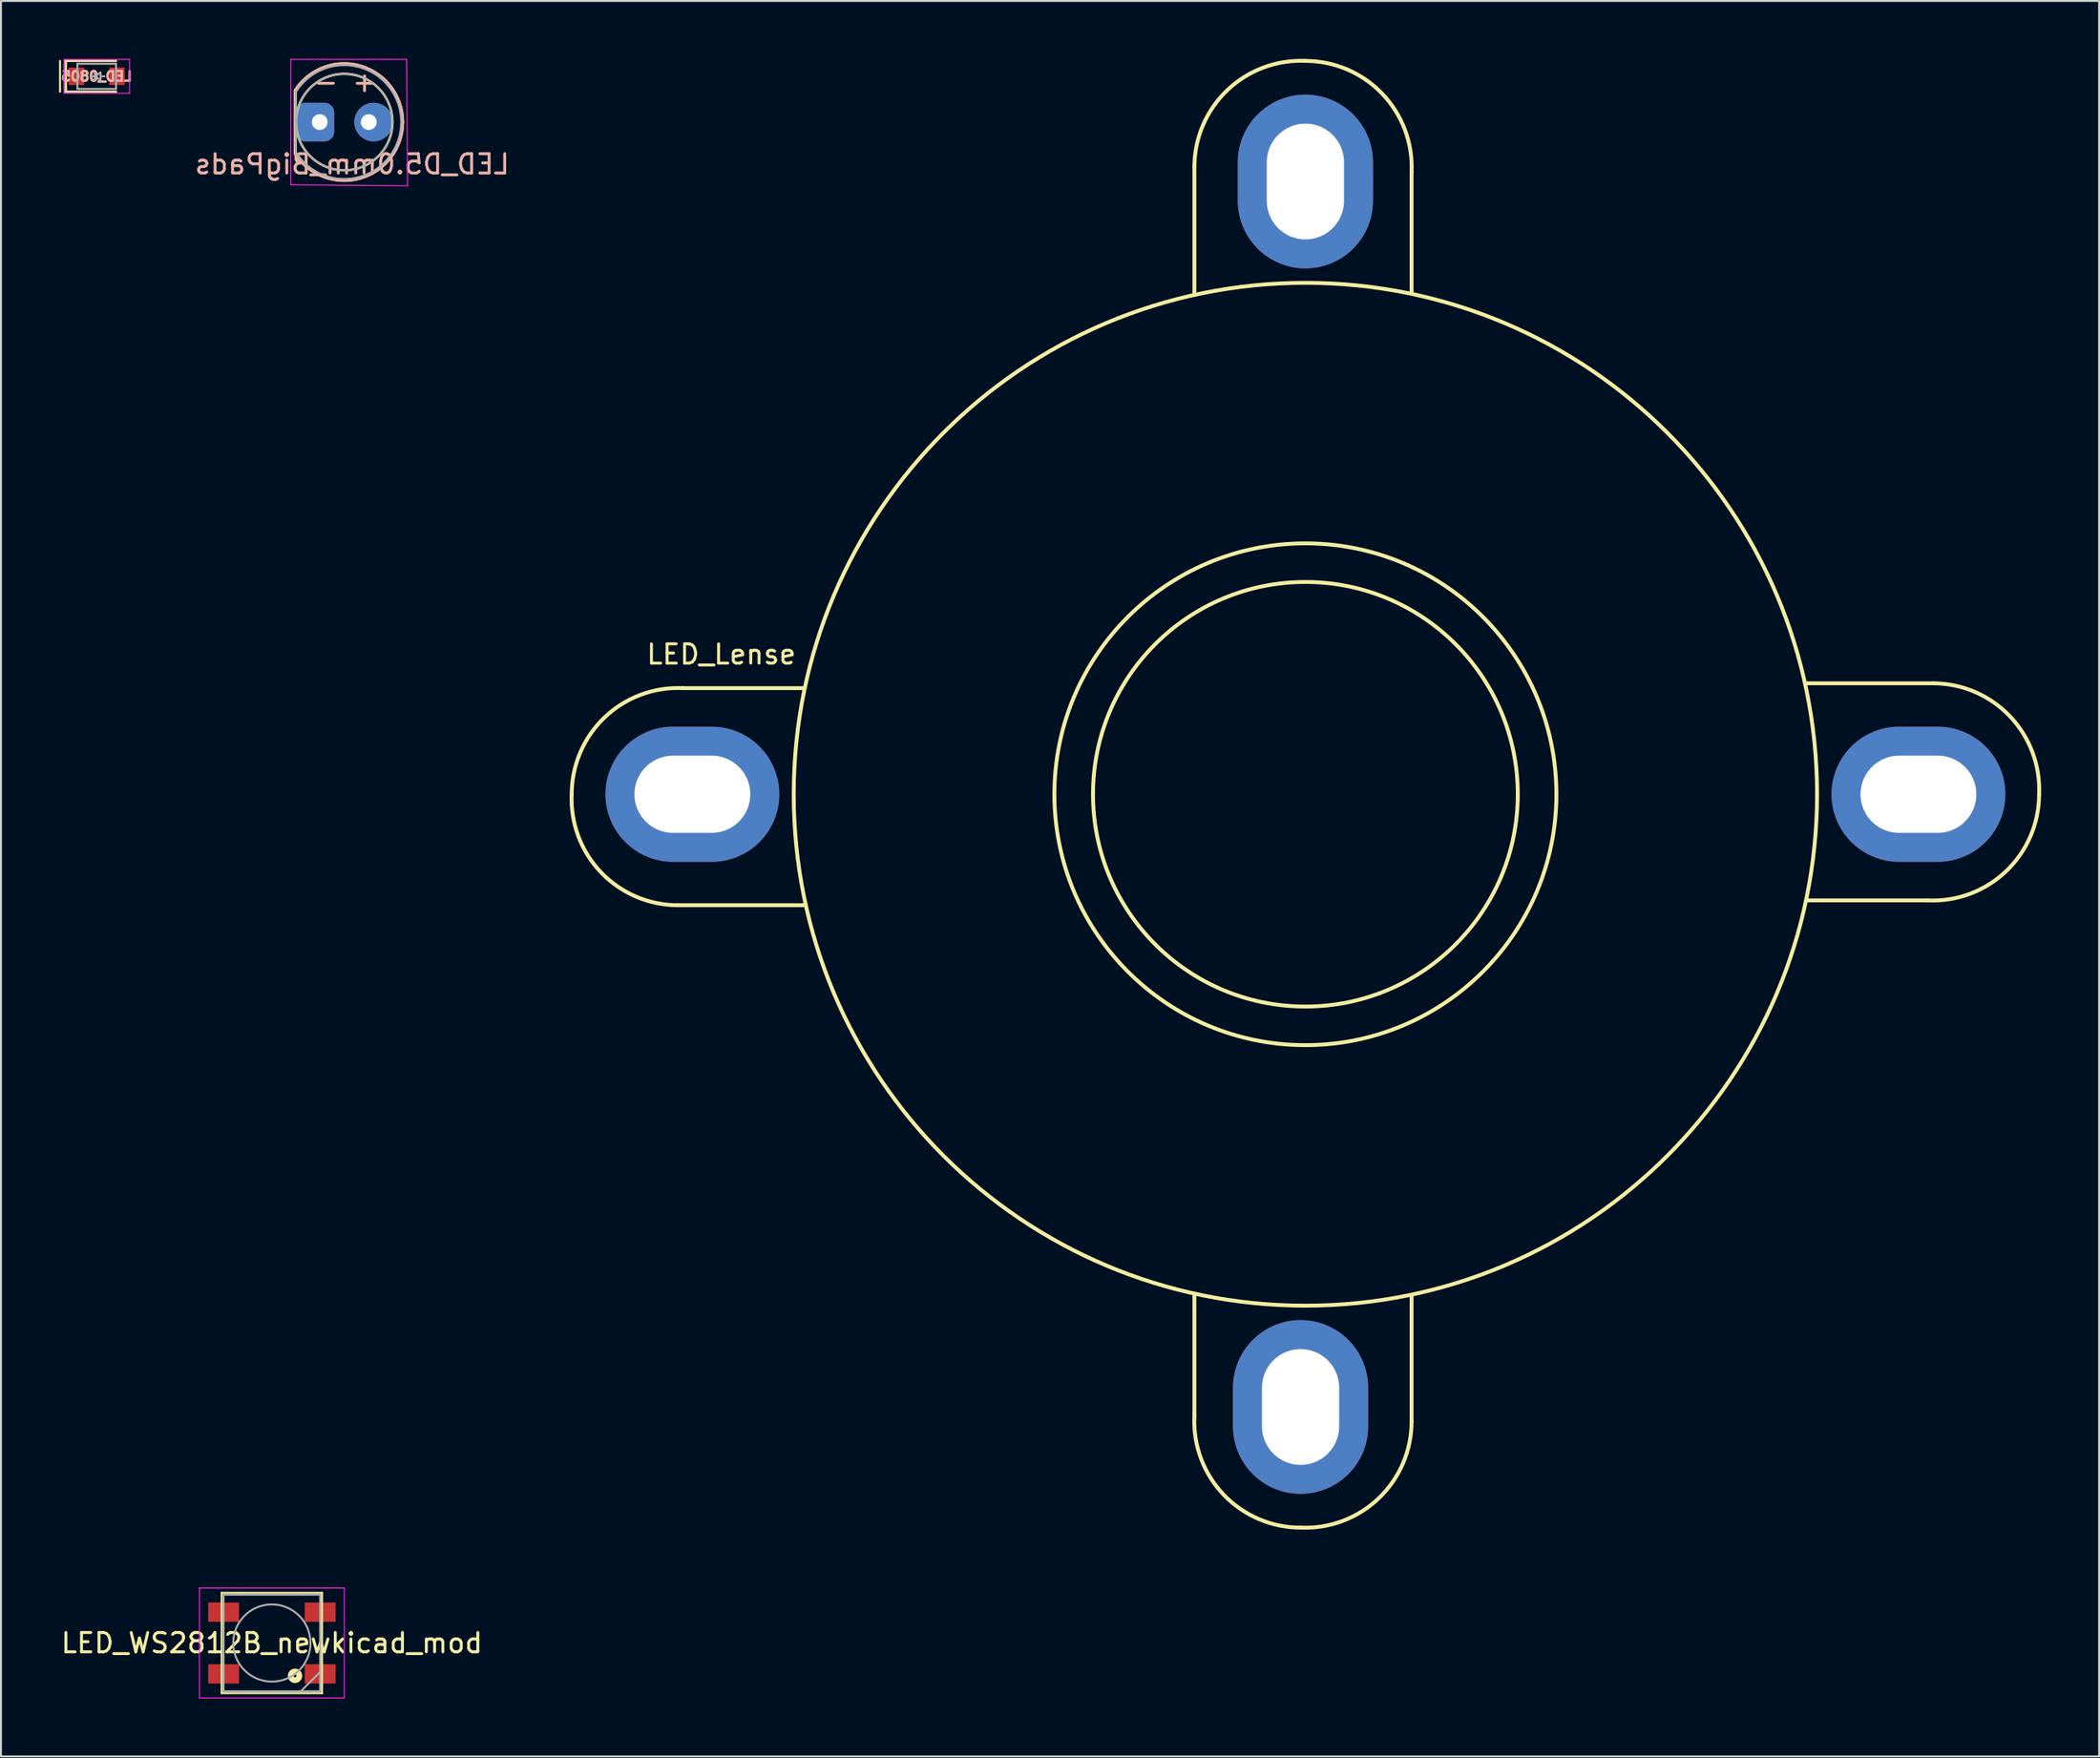
<source format=kicad_pcb>
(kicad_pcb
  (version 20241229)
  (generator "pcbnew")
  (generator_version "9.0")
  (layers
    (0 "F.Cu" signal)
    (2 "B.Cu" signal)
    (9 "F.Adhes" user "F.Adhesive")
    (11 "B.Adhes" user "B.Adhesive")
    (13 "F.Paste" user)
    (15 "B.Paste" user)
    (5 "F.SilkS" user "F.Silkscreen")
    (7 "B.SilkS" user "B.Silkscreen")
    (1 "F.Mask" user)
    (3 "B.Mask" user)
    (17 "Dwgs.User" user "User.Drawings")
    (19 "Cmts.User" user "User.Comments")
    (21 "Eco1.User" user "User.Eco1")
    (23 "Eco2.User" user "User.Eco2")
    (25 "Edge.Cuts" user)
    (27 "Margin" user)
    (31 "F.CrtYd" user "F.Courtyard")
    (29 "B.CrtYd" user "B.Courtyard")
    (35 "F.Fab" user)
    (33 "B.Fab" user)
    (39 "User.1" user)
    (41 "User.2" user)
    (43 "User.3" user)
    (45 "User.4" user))
  (footprint "LED_WS2812B_newkicad_mod"
    (layer "F.Cu")
    (at 11.03 82.086)
    (property "Reference" "LED_WS2812B_newkicad_mod" (at 0 0 0) (layer "F.SilkS") (effects (font (size 1 1) (thickness 0.15))))
    (attr smd)
    (fp_line (start -2.6 -2.6) (end -2.6 2.6) (stroke (width 0.1) (type solid)) (layer "F.SilkS"))
    (fp_line (start -2.6 2.6) (end 2.6 2.6) (stroke (width 0.1) (type solid)) (layer "F.SilkS"))
    (fp_line (start 2.6 -2.6) (end -2.6 -2.6) (stroke (width 0.1) (type solid)) (layer "F.SilkS"))
    (fp_line (start 2.6 2.6) (end 2.6 -2.6) (stroke (width 0.1) (type solid)) (layer "F.SilkS"))
    (fp_circle (center 1.2 1.7) (end 1.4 1.6) (stroke (width 0.3) (type solid)) (fill no) (layer "F.SilkS"))
    (fp_line (start -3.75 -2.85) (end -3.75 2.85) (stroke (width 0.05) (type solid)) (layer "F.CrtYd"))
    (fp_line (start -3.75 2.85) (end 3.75 2.85) (stroke (width 0.05) (type solid)) (layer "F.CrtYd"))
    (fp_line (start 3.75 -2.85) (end -3.75 -2.85) (stroke (width 0.05) (type solid)) (layer "F.CrtYd"))
    (fp_line (start 3.75 2.85) (end 3.75 -2.85) (stroke (width 0.05) (type solid)) (layer "F.CrtYd"))
    (fp_line (start -2.5 -2.5) (end -2.5 2.5) (stroke (width 0.1) (type solid)) (layer "F.Fab"))
    (fp_line (start -2.5 2.5) (end 2.5 2.5) (stroke (width 0.1) (type solid)) (layer "F.Fab"))
    (fp_line (start 2.5 -2.5) (end -2.5 -2.5) (stroke (width 0.1) (type solid)) (layer "F.Fab"))
    (fp_line (start 2.5 1.5) (end 1.5 2.5) (stroke (width 0.1) (type solid)) (layer "F.Fab"))
    (fp_line (start 2.5 2.5) (end 2.5 -2.5) (stroke (width 0.1) (type solid)) (layer "F.Fab"))
    (fp_circle (center 0 0) (end 0 -2) (stroke (width 0.1) (type solid)) (fill no) (layer "F.Fab"))
    (pad "1" smd rect (at -2.5 -1.6) (size 1.6 1) (layers "F.Cu" "F.Mask" "F.Paste"))
    (pad "2" smd rect (at -2.5 1.6) (size 1.6 1) (layers "F.Cu" "F.Mask" "F.Paste"))
    (pad "3" smd rect (at 2.5 1.6) (size 1.6 1) (layers "F.Cu" "F.Mask" "F.Paste"))
    (pad "4" smd rect (at 2.5 -1.6) (size 1.6 1) (layers "F.Cu" "F.Mask" "F.Paste")))
  (footprint "LED_D5.0mm_BigPads"
    (layer "F.Cu")
    (at 13.509 3.275)
    (property "Reference" "LED_D5.0mm_BigPads" (at 1.676 2.184 0) (layer "B.SilkS") (effects (font (size 1 1) (thickness 0.15)) (justify mirror)))
    (attr through_hole)
    (fp_line (start -1.29 -1.64) (end -1.29 1.64) (stroke (width 0.12) (type solid)) (layer "F.SilkS"))
    (fp_arc (start -1.29 -1.639512) (mid 2.125106 -2.917258) (end 4.309999 0.001958) (stroke (width 0.12) (type solid)) (layer "F.SilkS"))
    (fp_arc (start 4.309999 -0.001958) (mid 2.125106 2.917258) (end -1.29 1.639512) (stroke (width 0.12) (type solid)) (layer "F.SilkS"))
    (fp_circle (center 1.27 0) (end 3.77 0) (stroke (width 0.12) (type solid)) (fill no) (layer "F.SilkS"))
    (fp_line (start -1.29 -1.64) (end -1.29 1.64) (stroke (width 0.12) (type solid)) (layer "B.SilkS"))
    (fp_arc (start -1.29 -1.639512) (mid 2.125106 -2.917258) (end 4.309999 0.001958) (stroke (width 0.12) (type solid)) (layer "B.SilkS"))
    (fp_arc (start 4.309999 -0.001958) (mid 2.125106 2.917258) (end -1.29 1.639512) (stroke (width 0.12) (type solid)) (layer "B.SilkS"))
    (fp_line (start -1.5 -3.25) (end -1.5 3.25) (stroke (width 0.05) (type solid)) (layer "F.CrtYd"))
    (fp_line (start -1.5 3.25) (end 4.55 3.3) (stroke (width 0.05) (type solid)) (layer "F.CrtYd"))
    (fp_line (start 4.5 -3.25) (end -1.5 -3.25) (stroke (width 0.05) (type solid)) (layer "F.CrtYd"))
    (fp_line (start 4.55 3.3) (end 4.5 -3.25) (stroke (width 0.05) (type solid)) (layer "F.CrtYd"))
    (fp_line (start -1.23 -1.566) (end -1.23 1.566) (stroke (width 0.1) (type solid)) (layer "F.Fab"))
    (fp_arc (start -1.23 -1.566046) (mid 4.22 0.00071) (end -1.230753 1.564843) (stroke (width 0.1) (type solid)) (layer "F.Fab"))
    (fp_circle (center 1.27 0) (end 3.77 0) (stroke (width 0.1) (type solid)) (fill no) (layer "F.Fab"))
    (fp_text user "+ -" (at 1.321 -2.083 0) (layer "B.SilkS") (effects (font (size 1 1) (thickness 0.15)) (justify mirror)))
    (pad "1" thru_hole roundrect (at 0 0) (size 2 2) (drill 0.82 (offset -0.25 0)) (layers "*.Cu" "*.Mask") (roundrect_rratio 0.25))
    (pad "2" thru_hole oval (at 2.54 0) (size 2 2) (drill 0.82 (offset 0.25 0)) (layers "*.Cu" "*.Mask")))
  (footprint "LED_0805"
    (layer "F.Cu")
    (at 1.959 0.905)
    (property "Reference" "LED_0805" (at 0 0 180) (layer "B.SilkS") (effects (font (size 0.5 0.5) (thickness 0.125)) (justify mirror)))
    (attr smd)
    (fp_line (start -1.9 0.8) (end -1.9 -0.8) (stroke (width 0.1) (type solid)) (layer "F.SilkS"))
    (fp_line (start -1.6 -0.8) (end -1.6 0.8) (stroke (width 0.12) (type solid)) (layer "F.SilkS"))
    (fp_line (start -1.6 -0.8) (end 1 -0.8) (stroke (width 0.12) (type solid)) (layer "F.SilkS"))
    (fp_line (start -1.6 0.8) (end 1 0.8) (stroke (width 0.12) (type solid)) (layer "F.SilkS"))
    (fp_line (start -1.7 -0.88) (end 1.7 -0.88) (stroke (width 0.05) (type solid)) (layer "F.CrtYd"))
    (fp_line (start -1.7 0.88) (end -1.7 -0.88) (stroke (width 0.05) (type solid)) (layer "F.CrtYd"))
    (fp_line (start 1.7 -0.88) (end 1.7 0.88) (stroke (width 0.05) (type solid)) (layer "F.CrtYd"))
    (fp_line (start 1.7 0.88) (end -1.7 0.88) (stroke (width 0.05) (type solid)) (layer "F.CrtYd"))
    (fp_line (start -1 -0.65) (end 1 -0.65) (stroke (width 0.1) (type solid)) (layer "F.Fab"))
    (fp_line (start -1 0.65) (end -1 -0.65) (stroke (width 0.1) (type solid)) (layer "F.Fab"))
    (fp_line (start -0.1 -0.2) (end -0.1 0.2) (stroke (width 0.1) (type solid)) (layer "F.Fab"))
    (fp_line (start -0.1 0) (end -0.3 0) (stroke (width 0.1) (type solid)) (layer "F.Fab"))
    (fp_line (start -0.1 0) (end 0.2 0.2) (stroke (width 0.1) (type solid)) (layer "F.Fab"))
    (fp_line (start 0.2 -0.2) (end -0.1 0) (stroke (width 0.1) (type solid)) (layer "F.Fab"))
    (fp_line (start 0.2 0) (end 0.4 0) (stroke (width 0.1) (type solid)) (layer "F.Fab"))
    (fp_line (start 0.2 0.2) (end 0.2 -0.2) (stroke (width 0.1) (type solid)) (layer "F.Fab"))
    (fp_line (start 1 -0.65) (end 1 0.65) (stroke (width 0.1) (type solid)) (layer "F.Fab"))
    (fp_line (start 1 0.65) (end -1 0.65) (stroke (width 0.1) (type solid)) (layer "F.Fab"))
    (pad "1" smd rect (at -1.05 0) (size 0.8 0.9) (layers "F.Cu" "F.Mask" "F.Paste"))
    (pad "2" smd rect (at 1.05 0) (size 0.8 0.9) (layers "F.Cu" "F.Mask" "F.Paste")))
  (footprint "LED_Lense"
    (layer "F.Cu")
    (at 64.559 38.106)
    (property "Reference" "LED_Lense" (at -30.25 -7.25 0) (layer "F.SilkS") (effects (font (size 1 1) (thickness 0.15))))
    (attr through_hole)
    (fp_line (start -32.5 5.75) (end -26 5.75) (stroke (width 0.2) (type solid)) (layer "F.SilkS"))
    (fp_line (start -32.25 -5.5) (end -26 -5.5) (stroke (width 0.2) (type solid)) (layer "F.SilkS"))
    (fp_line (start -5.75 -32.5) (end -5.75 -26) (stroke (width 0.2) (type solid)) (layer "F.SilkS"))
    (fp_line (start -5.75 32.25) (end -5.75 26) (stroke (width 0.2) (type solid)) (layer "F.SilkS"))
    (fp_line (start 5.5 -32.25) (end 5.5 -26) (stroke (width 0.2) (type solid)) (layer "F.SilkS"))
    (fp_line (start 5.5 32.5) (end 5.5 26) (stroke (width 0.2) (type solid)) (layer "F.SilkS"))
    (fp_line (start 32.25 5.5) (end 26 5.5) (stroke (width 0.2) (type solid)) (layer "F.SilkS"))
    (fp_line (start 32.5 -5.75) (end 26 -5.75) (stroke (width 0.2) (type solid)) (layer "F.SilkS"))
    (fp_arc (start -38 0) (mid -36.298009 -3.98051) (end -32.244321 -5.5) (stroke (width 0.2) (type solid)) (layer "F.SilkS"))
    (fp_arc (start -32.5 5.75) (mid -36.48051 4.048009) (end -38 -0.005679) (stroke (width 0.2) (type solid)) (layer "F.SilkS"))
    (fp_arc (start -5.75 -32.5) (mid -4.048009 -36.48051) (end 0.005679 -38) (stroke (width 0.2) (type solid)) (layer "F.SilkS"))
    (fp_arc (start -0.25 38) (mid -4.23051 36.298009) (end -5.75 32.244321) (stroke (width 0.2) (type solid)) (layer "F.SilkS"))
    (fp_arc (start 0 -38) (mid 3.98051 -36.298009) (end 5.5 -32.244321) (stroke (width 0.2) (type solid)) (layer "F.SilkS"))
    (fp_arc (start 5.5 32.5) (mid 3.798009 36.48051) (end -0.255679 38) (stroke (width 0.2) (type solid)) (layer "F.SilkS"))
    (fp_arc (start 32.5 -5.75) (mid 36.48051 -4.048009) (end 38 0.005679) (stroke (width 0.2) (type solid)) (layer "F.SilkS"))
    (fp_arc (start 38 0) (mid 36.298009 3.98051) (end 32.244321 5.5) (stroke (width 0.2) (type solid)) (layer "F.SilkS"))
    (fp_circle (center 0 0) (end 11 0) (stroke (width 0.2) (type solid)) (fill no) (layer "F.SilkS"))
    (fp_circle (center 0 0) (end 13 0) (stroke (width 0.2) (type solid)) (fill no) (layer "F.SilkS"))
    (fp_circle (center 0 0) (end 26.5 0) (stroke (width 0.2) (type solid)) (fill no) (layer "F.SilkS"))
    (pad "1" thru_hole oval (at -31.75 0 90) (size 7 9) (drill oval 4 6) (layers "*.Cu" "*.Mask"))
    (pad "1" thru_hole oval (at -0.25 31.75 180) (size 7 9) (drill oval 4 6) (layers "*.Cu" "*.Mask"))
    (pad "1" thru_hole oval (at 0 -31.75) (size 7 9) (drill oval 4 6) (layers "*.Cu" "*.Mask"))
    (pad "1" thru_hole oval (at 31.75 0 270) (size 7 9) (drill oval 4 6) (layers "*.Cu" "*.Mask")))
  (gr_rect
    (start -3 -3)
    (end 105.665 87.961)
    (stroke (width 0.1) (type default))
    (fill no)
    (layer "Edge.Cuts")))
</source>
